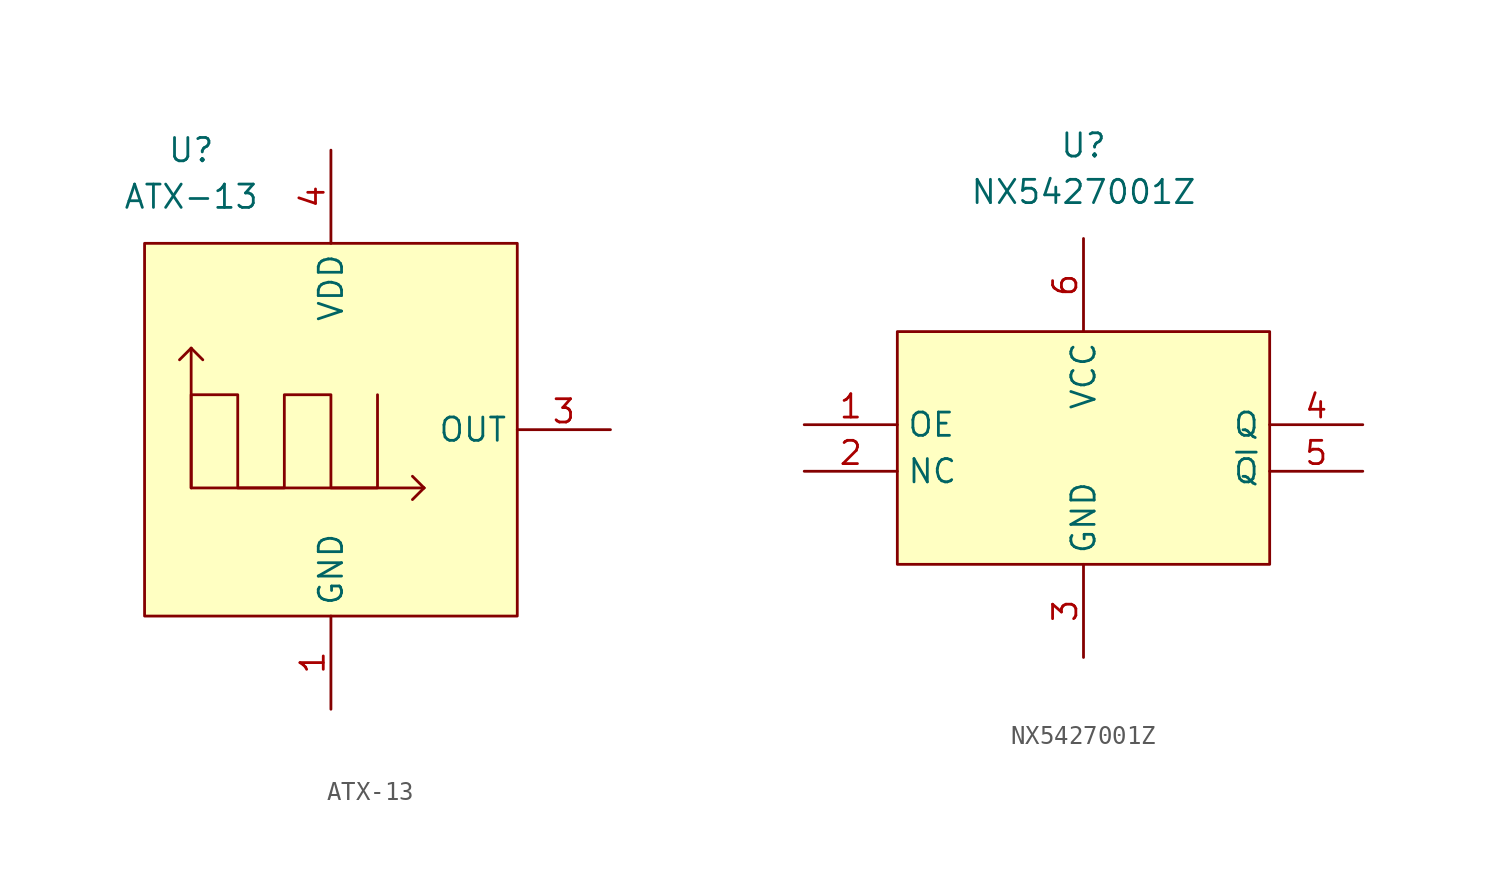
<source format=kicad_sym>
(kicad_symbol_lib
  (version 20211014)
  (generator kicad_symbol_editor)
  (symbol "ATX-13"
    (property "Reference" "U"
      (at -7.62 15.24 0)
      (effects (font (size 1.27 1.27))))
    (property "Value" "ATX-13"
      (at -7.62 12.7 0)
      (effects (font (size 1.27 1.27))))
    (symbol "ATX-13_0_1"
      (rectangle (start -10.16 10.16) (end 10.16 -10.16) (stroke (width 0) (type default) (color 0 0 0 0)) (fill (type background)))
      (polyline (pts (xy -7.62 4.445) (xy -8.255 3.81)) (stroke (width 0) (type default) (color 0 0 0 0)) (fill (type none)))
      (polyline (pts (xy -7.62 4.445) (xy -6.985 3.81)) (stroke (width 0) (type default) (color 0 0 0 0)) (fill (type none)))
      (polyline (pts (xy 5.08 -3.175) (xy 4.445 -3.81)) (stroke (width 0) (type default) (color 0 0 0 0)) (fill (type none)))
      (polyline (pts (xy 5.08 -3.175) (xy 4.445 -2.54)) (stroke (width 0) (type default) (color 0 0 0 0)) (fill (type none)))
      (polyline (pts (xy -7.62 4.445) (xy -7.62 -3.175) (xy 5.08 -3.175)) (stroke (width 0) (type default) (color 0 0 0 0)) (fill (type none)))
      (polyline (pts (xy -7.62 -3.175) (xy -7.62 1.905) (xy -5.08 1.905) (xy -5.08 -3.175) (xy -2.54 -3.175) (xy -2.54 1.905) (xy 0 1.905) (xy 0 -3.175) (xy 2.54 -3.175) (xy 2.54 1.905)) (stroke (width 0) (type default) (color 0 0 0 0)) (fill (type none))))
    (symbol "ATX-13_1_1"
      (pin power_in line (at 0 -15.24 90) (length 5.08) (name "GND" (effects (font (size 1.27 1.27)))) (number "1" (effects (font (size 1.27 1.27)))))
      (pin power_in line (at 0 -15.24 90) (length 5.08) hide (name "GND" (effects (font (size 1.27 1.27)))) (number "2" (effects (font (size 1.27 1.27)))))
      (pin output line (at 15.24 0 180) (length 5.08) (name "OUT" (effects (font (size 1.27 1.27)))) (number "3" (effects (font (size 1.27 1.27)))))
      (pin power_in line (at 0 15.24 270) (length 5.08) (name "VDD" (effects (font (size 1.27 1.27)))) (number "4" (effects (font (size 1.27 1.27)))))))
  (symbol "NX5427001Z"
    (property "Reference" "U"
      (at 0 15.24 0)
      (effects (font (size 1.27 1.27))))
    (property "Value" "NX5427001Z"
      (at 0 12.7 0)
      (effects (font (size 1.27 1.27))))
    (symbol "NX5427001Z_0_1"
      (rectangle (start -10.16 5.08) (end 10.16 -7.62) (stroke (width 0) (type default) (color 0 0 0 0)) (fill (type background))))
    (symbol "NX5427001Z_1_1"
      (pin input line (at -15.24 0 0) (length 5.08) (name "OE" (effects (font (size 1.27 1.27)))) (number "1" (effects (font (size 1.27 1.27)))))
      (pin input line (at -15.24 -2.54 0) (length 5.08) (name "NC" (effects (font (size 1.27 1.27)))) (number "2" (effects (font (size 1.27 1.27)))))
      (pin power_in line (at 0 -12.7 90) (length 5.08) (name "GND" (effects (font (size 1.27 1.27)))) (number "3" (effects (font (size 1.27 1.27)))))
      (pin power_out line (at 15.24 0 180) (length 5.08) (name "Q" (effects (font (size 1.27 1.27)))) (number "4" (effects (font (size 1.27 1.27)))))
      (pin output line (at 15.24 -2.54 180) (length 5.08) (name "~{Q}" (effects (font (size 1.27 1.27)))) (number "5" (effects (font (size 1.27 1.27)))))
      (pin power_out line (at 0 10.16 270) (length 5.08) (name "VCC" (effects (font (size 1.27 1.27)))) (number "6" (effects (font (size 1.27 1.27))))))))
</source>
